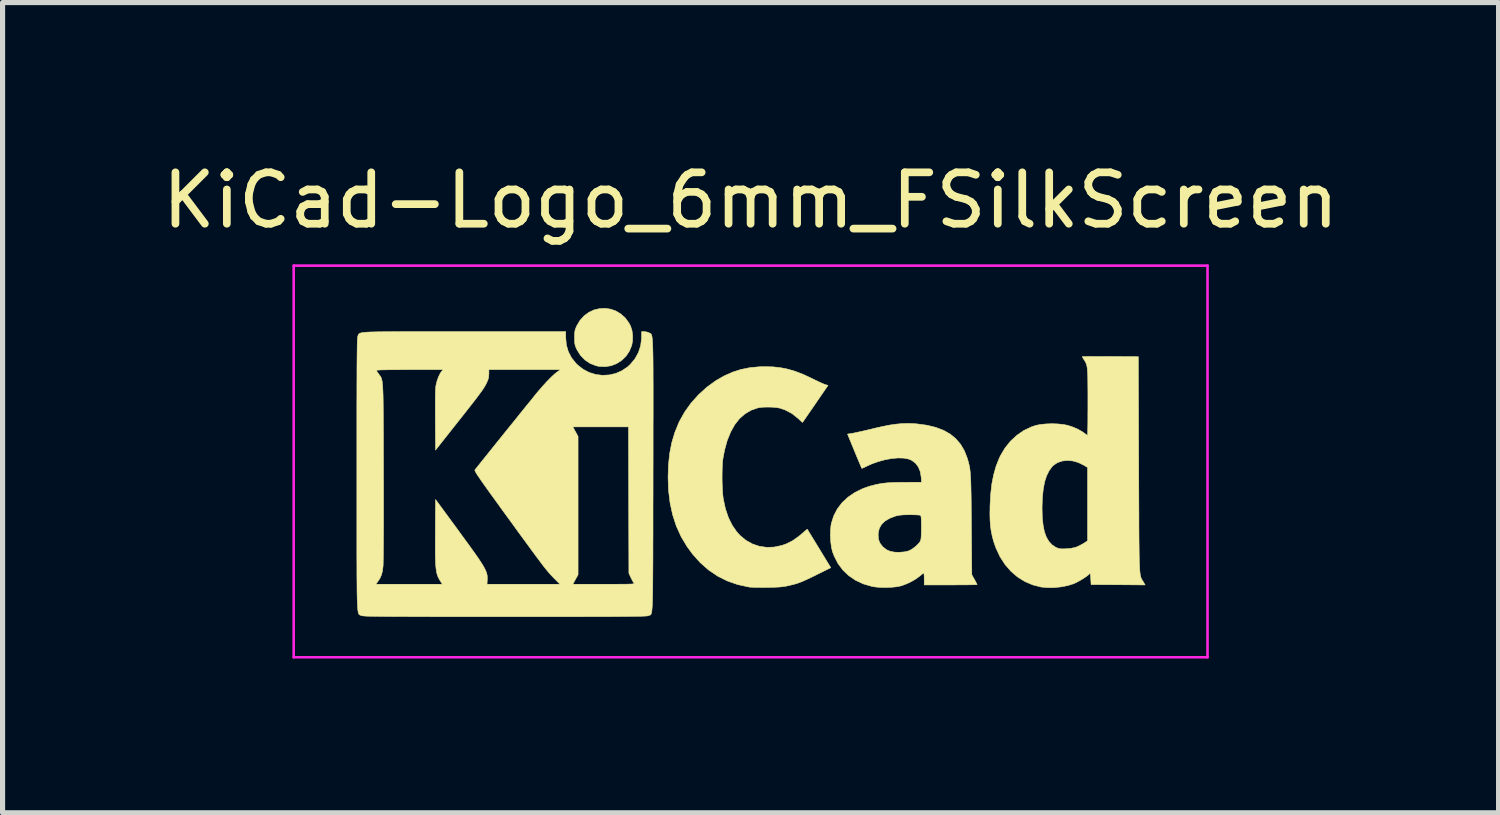
<source format=kicad_pcb>
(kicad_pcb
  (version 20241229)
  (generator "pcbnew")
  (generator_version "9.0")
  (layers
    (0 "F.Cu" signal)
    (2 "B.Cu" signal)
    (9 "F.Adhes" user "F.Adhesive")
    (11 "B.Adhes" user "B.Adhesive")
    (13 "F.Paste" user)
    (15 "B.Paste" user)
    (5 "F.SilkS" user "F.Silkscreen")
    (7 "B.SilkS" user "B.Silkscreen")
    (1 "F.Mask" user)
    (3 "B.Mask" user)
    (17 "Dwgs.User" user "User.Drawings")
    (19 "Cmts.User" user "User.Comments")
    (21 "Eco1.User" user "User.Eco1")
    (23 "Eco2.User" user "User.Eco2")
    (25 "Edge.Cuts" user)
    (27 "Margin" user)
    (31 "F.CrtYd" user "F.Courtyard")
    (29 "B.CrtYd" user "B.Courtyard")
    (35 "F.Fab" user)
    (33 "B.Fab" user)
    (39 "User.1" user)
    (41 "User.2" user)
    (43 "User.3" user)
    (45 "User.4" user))
  (footprint "KiCad-Logo_6mm_FSilkScreen"
    (layer "F.Cu")
    (at 11.554 5.928)
    (property "Reference" "KiCad-Logo_6mm_FSilkScreen" (at 0 -5.08 0) (layer "F.SilkS") (effects (font (size 1 1) (thickness 0.15))))
    (attr exclude_from_pos_files exclude_from_bom)
    (fp_poly (pts (xy -2.726 -2.964) (xy -2.623 -2.928) (xy -2.527 -2.871) (xy -2.441 -2.795) (xy -2.369 -2.697) (xy -2.336 -2.636) (xy -2.308 -2.55) (xy -2.295 -2.451) (xy -2.296 -2.35) (xy -2.313 -2.257) (xy -2.359 -2.145) (xy -2.425 -2.047) (xy -2.509 -1.966) (xy -2.606 -1.904) (xy -2.714 -1.862) (xy -2.829 -1.844) (xy -2.948 -1.849) (xy -3.007 -1.862) (xy -3.121 -1.906) (xy -3.222 -1.974) (xy -3.309 -2.063) (xy -3.377 -2.171) (xy -3.383 -2.183) (xy -3.403 -2.227) (xy -3.415 -2.265) (xy -3.422 -2.304) (xy -3.425 -2.355) (xy -3.426 -2.41) (xy -3.425 -2.476) (xy -3.421 -2.523) (xy -3.413 -2.562) (xy -3.399 -2.6) (xy -3.382 -2.639) (xy -3.318 -2.747) (xy -3.238 -2.834) (xy -3.147 -2.901) (xy -3.047 -2.948) (xy -2.941 -2.973) (xy -2.833 -2.979) (xy -2.726 -2.964)) (stroke (width 0.01) (type solid)) (fill yes) (layer "F.SilkS"))
    (fp_poly (pts (xy 0.44 -1.84) (xy 0.588 -1.823) (xy 0.731 -1.794) (xy 0.876 -1.751) (xy 1.028 -1.692) (xy 1.192 -1.615) (xy 1.222 -1.6) (xy 1.29 -1.567) (xy 1.354 -1.537) (xy 1.408 -1.513) (xy 1.446 -1.498) (xy 1.451 -1.496) (xy 1.506 -1.48) (xy 1.26 -1.121) (xy 1.2 -1.033) (xy 1.144 -0.953) (xy 1.096 -0.883) (xy 1.057 -0.826) (xy 1.029 -0.785) (xy 1.013 -0.763) (xy 1.011 -0.759) (xy 1 -0.767) (xy 0.975 -0.789) (xy 0.939 -0.823) (xy 0.919 -0.841) (xy 0.806 -0.931) (xy 0.679 -0.999) (xy 0.57 -1.037) (xy 0.504 -1.049) (xy 0.422 -1.056) (xy 0.333 -1.058) (xy 0.247 -1.056) (xy 0.173 -1.048) (xy 0.144 -1.043) (xy 0.011 -0.997) (xy -0.108 -0.927) (xy -0.215 -0.834) (xy -0.308 -0.716) (xy -0.387 -0.575) (xy -0.454 -0.411) (xy -0.506 -0.223) (xy -0.537 -0.062) (xy -0.546 0.009) (xy -0.551 0.101) (xy -0.554 0.207) (xy -0.555 0.32) (xy -0.553 0.435) (xy -0.548 0.544) (xy -0.542 0.64) (xy -0.533 0.718) (xy -0.531 0.73) (xy -0.489 0.923) (xy -0.431 1.094) (xy -0.357 1.243) (xy -0.267 1.372) (xy -0.203 1.442) (xy -0.089 1.536) (xy 0.037 1.606) (xy 0.172 1.651) (xy 0.313 1.671) (xy 0.459 1.666) (xy 0.608 1.634) (xy 0.696 1.603) (xy 0.818 1.542) (xy 0.943 1.453) (xy 1.013 1.393) (xy 1.053 1.358) (xy 1.084 1.332) (xy 1.101 1.32) (xy 1.104 1.32) (xy 1.112 1.332) (xy 1.132 1.366) (xy 1.163 1.416) (xy 1.203 1.482) (xy 1.251 1.56) (xy 1.304 1.647) (xy 1.334 1.696) (xy 1.56 2.067) (xy 1.278 2.207) (xy 1.176 2.257) (xy 1.093 2.296) (xy 1.025 2.327) (xy 0.966 2.351) (xy 0.911 2.371) (xy 0.855 2.388) (xy 0.794 2.403) (xy 0.735 2.417) (xy 0.682 2.428) (xy 0.627 2.437) (xy 0.565 2.443) (xy 0.488 2.447) (xy 0.394 2.45) (xy 0.33 2.451) (xy 0.238 2.452) (xy 0.151 2.451) (xy 0.073 2.45) (xy 0.01 2.447) (xy -0.032 2.444) (xy -0.034 2.443) (xy -0.25 2.396) (xy -0.452 2.326) (xy -0.642 2.231) (xy -0.818 2.112) (xy -0.98 1.969) (xy -1.129 1.803) (xy -1.238 1.654) (xy -1.353 1.461) (xy -1.446 1.256) (xy -1.517 1.038) (xy -1.567 0.807) (xy -1.597 0.56) (xy -1.606 0.309) (xy -1.598 0.066) (xy -1.574 -0.158) (xy -1.533 -0.368) (xy -1.474 -0.565) (xy -1.396 -0.756) (xy -1.387 -0.776) (xy -1.284 -0.96) (xy -1.159 -1.135) (xy -1.013 -1.298) (xy -0.851 -1.445) (xy -0.676 -1.572) (xy -0.514 -1.665) (xy -0.349 -1.738) (xy -0.185 -1.791) (xy -0.013 -1.825) (xy 0.171 -1.842) (xy 0.281 -1.844) (xy 0.44 -1.84)) (stroke (width 0.01) (type solid)) (fill yes) (layer "F.SilkS"))
    (fp_poly (pts (xy 6.842 -2.043) (xy 6.959 -2.043) (xy 6.999 -2.042) (xy 7.544 -2.039) (xy 7.551 0.055) (xy 7.552 0.339) (xy 7.553 0.597) (xy 7.554 0.83) (xy 7.555 1.039) (xy 7.555 1.227) (xy 7.556 1.393) (xy 7.557 1.54) (xy 7.559 1.669) (xy 7.56 1.782) (xy 7.562 1.879) (xy 7.564 1.961) (xy 7.567 2.031) (xy 7.57 2.09) (xy 7.574 2.138) (xy 7.578 2.177) (xy 7.582 2.209) (xy 7.588 2.235) (xy 7.594 2.257) (xy 7.601 2.274) (xy 7.609 2.29) (xy 7.618 2.305) (xy 7.627 2.32) (xy 7.638 2.337) (xy 7.64 2.341) (xy 7.676 2.403) (xy 7.15 2.399) (xy 6.625 2.396) (xy 6.618 2.28) (xy 6.614 2.225) (xy 6.61 2.193) (xy 6.605 2.18) (xy 6.597 2.183) (xy 6.59 2.19) (xy 6.561 2.217) (xy 6.514 2.251) (xy 6.456 2.289) (xy 6.392 2.326) (xy 6.33 2.359) (xy 6.283 2.38) (xy 6.171 2.415) (xy 6.044 2.44) (xy 5.909 2.454) (xy 5.777 2.455) (xy 5.656 2.444) (xy 5.654 2.444) (xy 5.49 2.402) (xy 5.335 2.336) (xy 5.193 2.247) (xy 5.065 2.137) (xy 4.951 2.006) (xy 4.854 1.856) (xy 4.775 1.689) (xy 4.731 1.565) (xy 4.703 1.462) (xy 4.682 1.361) (xy 4.667 1.258) (xy 4.659 1.146) (xy 4.656 1.019) (xy 4.658 0.915) (xy 5.671 0.915) (xy 5.675 1.089) (xy 5.691 1.239) (xy 5.716 1.366) (xy 5.754 1.471) (xy 5.803 1.555) (xy 5.864 1.621) (xy 5.934 1.668) (xy 5.971 1.685) (xy 6.003 1.695) (xy 6.038 1.7) (xy 6.086 1.701) (xy 6.137 1.699) (xy 6.238 1.69) (xy 6.318 1.672) (xy 6.343 1.664) (xy 6.4 1.638) (xy 6.461 1.605) (xy 6.487 1.589) (xy 6.556 1.544) (xy 6.556 0.117) (xy 6.48 0.072) (xy 6.375 0.021) (xy 6.268 -0.01) (xy 6.162 -0.019) (xy 6.061 -0.008) (xy 5.97 0.023) (xy 5.893 0.075) (xy 5.868 0.099) (xy 5.808 0.181) (xy 5.759 0.279) (xy 5.721 0.396) (xy 5.695 0.533) (xy 5.678 0.692) (xy 5.671 0.876) (xy 5.671 0.915) (xy 4.658 0.915) (xy 4.658 0.872) (xy 4.67 0.646) (xy 4.693 0.442) (xy 4.729 0.258) (xy 4.777 0.089) (xy 4.839 -0.066) (xy 4.861 -0.112) (xy 4.95 -0.262) (xy 5.058 -0.396) (xy 5.182 -0.51) (xy 5.319 -0.604) (xy 5.468 -0.674) (xy 5.557 -0.703) (xy 5.644 -0.72) (xy 5.749 -0.73) (xy 5.863 -0.734) (xy 5.977 -0.73) (xy 6.083 -0.719) (xy 6.167 -0.703) (xy 6.268 -0.67) (xy 6.366 -0.628) (xy 6.451 -0.58) (xy 6.497 -0.548) (xy 6.528 -0.525) (xy 6.55 -0.51) (xy 6.555 -0.508) (xy 6.557 -0.521) (xy 6.558 -0.559) (xy 6.559 -0.619) (xy 6.561 -0.699) (xy 6.562 -0.795) (xy 6.562 -0.906) (xy 6.563 -1.027) (xy 6.563 -1.151) (xy 6.563 -1.31) (xy 6.562 -1.444) (xy 6.561 -1.555) (xy 6.56 -1.647) (xy 6.557 -1.721) (xy 6.553 -1.781) (xy 6.548 -1.829) (xy 6.54 -1.867) (xy 6.531 -1.898) (xy 6.52 -1.925) (xy 6.507 -1.949) (xy 6.49 -1.975) (xy 6.488 -1.978) (xy 6.467 -2.011) (xy 6.455 -2.034) (xy 6.453 -2.039) (xy 6.466 -2.04) (xy 6.504 -2.041) (xy 6.563 -2.042) (xy 6.642 -2.043) (xy 6.735 -2.043) (xy 6.842 -2.043)) (stroke (width 0.01) (type solid)) (fill yes) (layer "F.SilkS"))
    (fp_poly (pts (xy 3.168 -0.736) (xy 3.236 -0.731) (xy 3.43 -0.705) (xy 3.603 -0.663) (xy 3.753 -0.606) (xy 3.884 -0.532) (xy 3.994 -0.441) (xy 4.086 -0.333) (xy 4.16 -0.206) (xy 4.214 -0.069) (xy 4.227 -0.025) (xy 4.239 0.016) (xy 4.249 0.057) (xy 4.258 0.099) (xy 4.266 0.145) (xy 4.272 0.196) (xy 4.277 0.257) (xy 4.281 0.327) (xy 4.285 0.411) (xy 4.287 0.509) (xy 4.29 0.624) (xy 4.292 0.759) (xy 4.293 0.915) (xy 4.295 1.095) (xy 4.296 1.236) (xy 4.304 2.204) (xy 4.356 2.297) (xy 4.38 2.342) (xy 4.398 2.377) (xy 4.407 2.395) (xy 4.407 2.396) (xy 4.394 2.398) (xy 4.356 2.399) (xy 4.297 2.4) (xy 4.22 2.401) (xy 4.127 2.402) (xy 4.021 2.402) (xy 3.906 2.403) (xy 3.892 2.403) (xy 3.378 2.403) (xy 3.378 2.286) (xy 3.377 2.233) (xy 3.374 2.193) (xy 3.371 2.171) (xy 3.369 2.169) (xy 3.356 2.178) (xy 3.328 2.2) (xy 3.291 2.231) (xy 3.29 2.231) (xy 3.224 2.281) (xy 3.14 2.331) (xy 3.048 2.376) (xy 2.957 2.411) (xy 2.918 2.423) (xy 2.838 2.439) (xy 2.741 2.448) (xy 2.635 2.453) (xy 2.528 2.451) (xy 2.43 2.443) (xy 2.362 2.432) (xy 2.194 2.383) (xy 2.042 2.312) (xy 1.909 2.222) (xy 1.794 2.112) (xy 1.699 1.984) (xy 1.625 1.839) (xy 1.592 1.751) (xy 1.572 1.665) (xy 1.559 1.562) (xy 1.553 1.451) (xy 1.553 1.435) (xy 2.482 1.435) (xy 2.489 1.517) (xy 2.515 1.586) (xy 2.562 1.649) (xy 2.581 1.668) (xy 2.645 1.718) (xy 2.72 1.75) (xy 2.81 1.766) (xy 2.904 1.767) (xy 2.994 1.759) (xy 3.062 1.744) (xy 3.092 1.733) (xy 3.145 1.703) (xy 3.202 1.66) (xy 3.254 1.612) (xy 3.293 1.566) (xy 3.303 1.549) (xy 3.311 1.526) (xy 3.317 1.488) (xy 3.32 1.433) (xy 3.322 1.357) (xy 3.323 1.284) (xy 3.322 1.199) (xy 3.321 1.138) (xy 3.319 1.096) (xy 3.315 1.07) (xy 3.309 1.055) (xy 3.301 1.048) (xy 3.299 1.046) (xy 3.276 1.043) (xy 3.233 1.04) (xy 3.173 1.038) (xy 3.104 1.037) (xy 3.089 1.037) (xy 2.997 1.038) (xy 2.925 1.043) (xy 2.869 1.051) (xy 2.822 1.062) (xy 2.706 1.106) (xy 2.615 1.16) (xy 2.548 1.225) (xy 2.504 1.302) (xy 2.484 1.391) (xy 2.482 1.435) (xy 1.553 1.435) (xy 1.554 1.342) (xy 1.564 1.245) (xy 1.571 1.205) (xy 1.617 1.059) (xy 1.687 0.924) (xy 1.78 0.802) (xy 1.895 0.695) (xy 2.03 0.603) (xy 2.183 0.528) (xy 2.313 0.482) (xy 2.401 0.459) (xy 2.484 0.44) (xy 2.569 0.426) (xy 2.661 0.416) (xy 2.765 0.41) (xy 2.888 0.407) (xy 2.998 0.406) (xy 3.326 0.405) (xy 3.319 0.307) (xy 3.302 0.2) (xy 3.264 0.108) (xy 3.207 0.033) (xy 3.134 -0.022) (xy 3.07 -0.048) (xy 2.977 -0.065) (xy 2.867 -0.068) (xy 2.745 -0.057) (xy 2.615 -0.033) (xy 2.483 0.003) (xy 2.354 0.049) (xy 2.261 0.092) (xy 2.216 0.114) (xy 2.181 0.129) (xy 2.164 0.135) (xy 2.163 0.135) (xy 2.157 0.121) (xy 2.142 0.086) (xy 2.119 0.032) (xy 2.09 -0.037) (xy 2.056 -0.118) (xy 2.022 -0.201) (xy 1.886 -0.532) (xy 1.983 -0.548) (xy 2.025 -0.556) (xy 2.088 -0.57) (xy 2.167 -0.587) (xy 2.257 -0.608) (xy 2.351 -0.63) (xy 2.389 -0.64) (xy 2.552 -0.677) (xy 2.694 -0.706) (xy 2.822 -0.725) (xy 2.939 -0.736) (xy 3.053 -0.74) (xy 3.168 -0.736)) (stroke (width 0.01) (type solid)) (fill yes) (layer "F.SilkS"))
    (fp_poly (pts (xy -5.956 -2.526) (xy -5.691 -2.526) (xy -5.568 -2.526) (xy -3.597 -2.526) (xy -3.597 -2.41) (xy -3.585 -2.269) (xy -3.547 -2.138) (xy -3.485 -2.018) (xy -3.396 -1.907) (xy -3.366 -1.877) (xy -3.258 -1.793) (xy -3.14 -1.731) (xy -3.013 -1.692) (xy -2.883 -1.676) (xy -2.752 -1.683) (xy -2.625 -1.712) (xy -2.504 -1.765) (xy -2.393 -1.84) (xy -2.343 -1.886) (xy -2.25 -1.997) (xy -2.182 -2.12) (xy -2.139 -2.252) (xy -2.122 -2.392) (xy -2.122 -2.406) (xy -2.121 -2.526) (xy -2.068 -2.526) (xy -2.022 -2.52) (xy -1.979 -2.504) (xy -1.976 -2.503) (xy -1.966 -2.498) (xy -1.957 -2.494) (xy -1.949 -2.49) (xy -1.942 -2.485) (xy -1.935 -2.477) (xy -1.929 -2.467) (xy -1.924 -2.451) (xy -1.919 -2.43) (xy -1.915 -2.402) (xy -1.911 -2.366) (xy -1.908 -2.321) (xy -1.905 -2.266) (xy -1.903 -2.199) (xy -1.901 -2.12) (xy -1.899 -2.027) (xy -1.898 -1.919) (xy -1.897 -1.795) (xy -1.897 -1.654) (xy -1.896 -1.495) (xy -1.896 -1.317) (xy -1.896 -1.118) (xy -1.896 -0.897) (xy -1.897 -0.654) (xy -1.897 -0.386) (xy -1.897 -0.094) (xy -1.898 0.224) (xy -1.898 0.263) (xy -1.898 0.584) (xy -1.899 0.878) (xy -1.899 1.147) (xy -1.899 1.392) (xy -1.9 1.614) (xy -1.9 1.814) (xy -1.901 1.994) (xy -1.902 2.154) (xy -1.903 2.296) (xy -1.904 2.421) (xy -1.905 2.529) (xy -1.907 2.623) (xy -1.909 2.702) (xy -1.911 2.769) (xy -1.914 2.825) (xy -1.918 2.87) (xy -1.921 2.906) (xy -1.926 2.934) (xy -1.931 2.954) (xy -1.936 2.969) (xy -1.942 2.979) (xy -1.949 2.986) (xy -1.956 2.99) (xy -1.965 2.993) (xy -1.974 2.995) (xy -1.983 2.999) (xy -1.986 3) (xy -1.993 3.002) (xy -2.006 3.005) (xy -2.025 3.007) (xy -2.051 3.009) (xy -2.085 3.01) (xy -2.129 3.012) (xy -2.184 3.013) (xy -2.25 3.014) (xy -2.329 3.015) (xy -2.422 3.016) (xy -2.53 3.017) (xy -2.654 3.018) (xy -2.795 3.019) (xy -2.955 3.019) (xy -3.134 3.019) (xy -3.333 3.02) (xy -3.554 3.02) (xy -3.798 3.02) (xy -4.066 3.02) (xy -4.358 3.02) (xy -4.677 3.02) (xy -4.78 3.02) (xy -5.106 3.02) (xy -5.405 3.02) (xy -5.679 3.02) (xy -5.929 3.02) (xy -6.156 3.02) (xy -6.361 3.019) (xy -6.545 3.019) (xy -6.71 3.018) (xy -6.856 3.018) (xy -6.984 3.017) (xy -7.097 3.016) (xy -7.194 3.015) (xy -7.277 3.014) (xy -7.347 3.013) (xy -7.405 3.012) (xy -7.453 3.011) (xy -7.491 3.009) (xy -7.52 3.007) (xy -7.542 3.005) (xy -7.558 3.003) (xy -7.569 3.001) (xy -7.574 2.998) (xy -7.585 2.994) (xy -7.594 2.991) (xy -7.603 2.988) (xy -7.611 2.983) (xy -7.618 2.977) (xy -7.624 2.967) (xy -7.63 2.952) (xy -7.635 2.932) (xy -7.64 2.905) (xy -7.644 2.87) (xy -7.647 2.826) (xy -7.65 2.772) (xy -7.653 2.706) (xy -7.655 2.628) (xy -7.657 2.536) (xy -7.658 2.43) (xy -7.658 2.389) (xy -7.292 2.389) (xy -5.997 2.389) (xy -6.022 2.351) (xy -6.046 2.312) (xy -6.067 2.275) (xy -6.085 2.238) (xy -6.099 2.197) (xy -6.111 2.15) (xy -6.119 2.094) (xy -6.126 2.028) (xy -6.13 1.948) (xy -6.133 1.852) (xy -6.135 1.736) (xy -6.135 1.6) (xy -6.134 1.439) (xy -6.134 1.379) (xy -6.13 0.74) (xy -5.725 1.291) (xy -5.611 1.448) (xy -5.511 1.584) (xy -5.426 1.702) (xy -5.354 1.803) (xy -5.294 1.889) (xy -5.245 1.963) (xy -5.206 2.025) (xy -5.177 2.078) (xy -5.154 2.123) (xy -5.139 2.163) (xy -5.129 2.198) (xy -5.124 2.231) (xy -5.123 2.264) (xy -5.123 2.299) (xy -5.124 2.303) (xy -5.128 2.389) (xy -3.709 2.389) (xy -3.814 2.283) (xy -3.843 2.253) (xy -3.87 2.225) (xy -3.897 2.196) (xy -3.925 2.165) (xy -3.955 2.129) (xy -3.988 2.088) (xy -4.026 2.041) (xy -4.069 1.984) (xy -4.119 1.917) (xy -4.178 1.839) (xy -4.245 1.748) (xy -4.323 1.641) (xy -4.413 1.518) (xy -4.516 1.378) (xy -4.632 1.217) (xy -4.728 1.086) (xy -4.848 0.921) (xy -4.952 0.776) (xy -5.043 0.651) (xy -5.12 0.544) (xy -5.184 0.454) (xy -5.237 0.379) (xy -5.279 0.317) (xy -5.312 0.269) (xy -5.336 0.231) (xy -5.352 0.203) (xy -5.362 0.184) (xy -5.365 0.172) (xy -5.364 0.165) (xy -5.351 0.148) (xy -5.322 0.112) (xy -5.279 0.058) (xy -5.225 -0.01) (xy -5.16 -0.091) (xy -5.086 -0.183) (xy -5.006 -0.283) (xy -4.921 -0.389) (xy -4.832 -0.499) (xy -4.742 -0.611) (xy -4.692 -0.673) (xy -3.459 -0.673) (xy -3.408 -0.58) (xy -3.357 -0.487) (xy -3.357 2.204) (xy -3.408 2.296) (xy -3.459 2.389) (xy -2.853 2.389) (xy -2.709 2.389) (xy -2.589 2.389) (xy -2.493 2.388) (xy -2.417 2.388) (xy -2.359 2.386) (xy -2.317 2.385) (xy -2.289 2.382) (xy -2.273 2.379) (xy -2.266 2.375) (xy -2.265 2.37) (xy -2.269 2.365) (xy -2.27 2.365) (xy -2.287 2.34) (xy -2.31 2.299) (xy -2.33 2.258) (xy -2.368 2.176) (xy -2.376 -0.673) (xy -3.459 -0.673) (xy -4.692 -0.673) (xy -4.651 -0.723) (xy -4.563 -0.832) (xy -4.479 -0.937) (xy -4.4 -1.035) (xy -4.328 -1.124) (xy -4.264 -1.202) (xy -4.212 -1.267) (xy -4.172 -1.317) (xy -4.148 -1.346) (xy -4.056 -1.453) (xy -3.968 -1.55) (xy -3.886 -1.634) (xy -3.814 -1.701) (xy -3.763 -1.741) (xy -3.703 -1.785) (xy -5.092 -1.785) (xy -5.092 -1.703) (xy -5.096 -1.643) (xy -5.11 -1.588) (xy -5.133 -1.535) (xy -5.148 -1.505) (xy -5.163 -1.476) (xy -5.182 -1.445) (xy -5.204 -1.41) (xy -5.232 -1.369) (xy -5.267 -1.322) (xy -5.31 -1.264) (xy -5.362 -1.195) (xy -5.426 -1.113) (xy -5.503 -1.015) (xy -5.593 -0.9) (xy -5.7 -0.765) (xy -5.712 -0.75) (xy -6.13 -0.221) (xy -6.134 -0.807) (xy -6.135 -0.983) (xy -6.135 -1.131) (xy -6.134 -1.254) (xy -6.132 -1.35) (xy -6.128 -1.421) (xy -6.124 -1.467) (xy -6.123 -1.475) (xy -6.101 -1.567) (xy -6.071 -1.649) (xy -6.038 -1.716) (xy -6.018 -1.744) (xy -5.984 -1.785) (xy -6.638 -1.785) (xy -6.794 -1.785) (xy -6.924 -1.784) (xy -7.031 -1.784) (xy -7.116 -1.782) (xy -7.182 -1.781) (xy -7.229 -1.779) (xy -7.26 -1.776) (xy -7.277 -1.773) (xy -7.282 -1.769) (xy -7.282 -1.768) (xy -7.268 -1.747) (xy -7.245 -1.714) (xy -7.233 -1.697) (xy -7.22 -1.68) (xy -7.209 -1.665) (xy -7.199 -1.65) (xy -7.19 -1.635) (xy -7.183 -1.616) (xy -7.176 -1.593) (xy -7.17 -1.565) (xy -7.165 -1.53) (xy -7.161 -1.486) (xy -7.157 -1.432) (xy -7.154 -1.367) (xy -7.151 -1.288) (xy -7.149 -1.196) (xy -7.148 -1.087) (xy -7.147 -0.961) (xy -7.146 -0.816) (xy -7.145 -0.651) (xy -7.144 -0.464) (xy -7.144 -0.253) (xy -7.143 -0.018) (xy -7.143 0.198) (xy -7.142 0.439) (xy -7.142 0.668) (xy -7.142 0.885) (xy -7.142 1.089) (xy -7.142 1.276) (xy -7.143 1.447) (xy -7.144 1.6) (xy -7.145 1.732) (xy -7.146 1.844) (xy -7.148 1.932) (xy -7.149 1.996) (xy -7.151 2.035) (xy -7.151 2.039) (xy -7.163 2.132) (xy -7.182 2.207) (xy -7.211 2.273) (xy -7.253 2.337) (xy -7.258 2.344) (xy -7.292 2.389) (xy -7.658 2.389) (xy -7.659 2.307) (xy -7.66 2.168) (xy -7.66 2.011) (xy -7.661 1.834) (xy -7.661 1.636) (xy -7.661 1.418) (xy -7.661 1.176) (xy -7.661 0.911) (xy -7.661 0.62) (xy -7.661 0.304) (xy -7.661 0.241) (xy -7.661 -0.079) (xy -7.661 -0.372) (xy -7.661 -0.641) (xy -7.661 -0.885) (xy -7.661 -1.106) (xy -7.66 -1.305) (xy -7.66 -1.484) (xy -7.659 -1.643) (xy -7.659 -1.784) (xy -7.658 -1.907) (xy -7.657 -2.015) (xy -7.656 -2.107) (xy -7.655 -2.185) (xy -7.654 -2.25) (xy -7.653 -2.304) (xy -7.651 -2.347) (xy -7.649 -2.381) (xy -7.647 -2.406) (xy -7.645 -2.425) (xy -7.643 -2.437) (xy -7.64 -2.444) (xy -7.64 -2.444) (xy -7.635 -2.455) (xy -7.631 -2.466) (xy -7.626 -2.475) (xy -7.62 -2.483) (xy -7.61 -2.49) (xy -7.596 -2.496) (xy -7.576 -2.502) (xy -7.549 -2.507) (xy -7.514 -2.511) (xy -7.469 -2.515) (xy -7.413 -2.518) (xy -7.345 -2.52) (xy -7.263 -2.522) (xy -7.166 -2.523) (xy -7.052 -2.524) (xy -6.921 -2.525) (xy -6.771 -2.526) (xy -6.601 -2.526) (xy -6.409 -2.526) (xy -6.195 -2.526) (xy -5.956 -2.526)) (stroke (width 0.01) (type solid)) (fill yes) (layer "F.SilkS"))
    (fp_line (start -8.89 -3.81) (end 8.89 -3.81) (stroke (width 0.05) (type solid)) (layer "F.CrtYd"))
    (fp_line (start -8.89 3.81) (end -8.89 -3.81) (stroke (width 0.05) (type solid)) (layer "F.CrtYd"))
    (fp_line (start 8.89 -3.81) (end 8.89 3.81) (stroke (width 0.05) (type solid)) (layer "F.CrtYd"))
    (fp_line (start 8.89 3.81) (end -8.89 3.81) (stroke (width 0.05) (type solid)) (layer "F.CrtYd")))
  (gr_rect
    (start -3 -3)
    (end 26.107 12.763)
    (stroke (width 0.1) (type default))
    (fill no)
    (layer "Edge.Cuts")))
</source>
